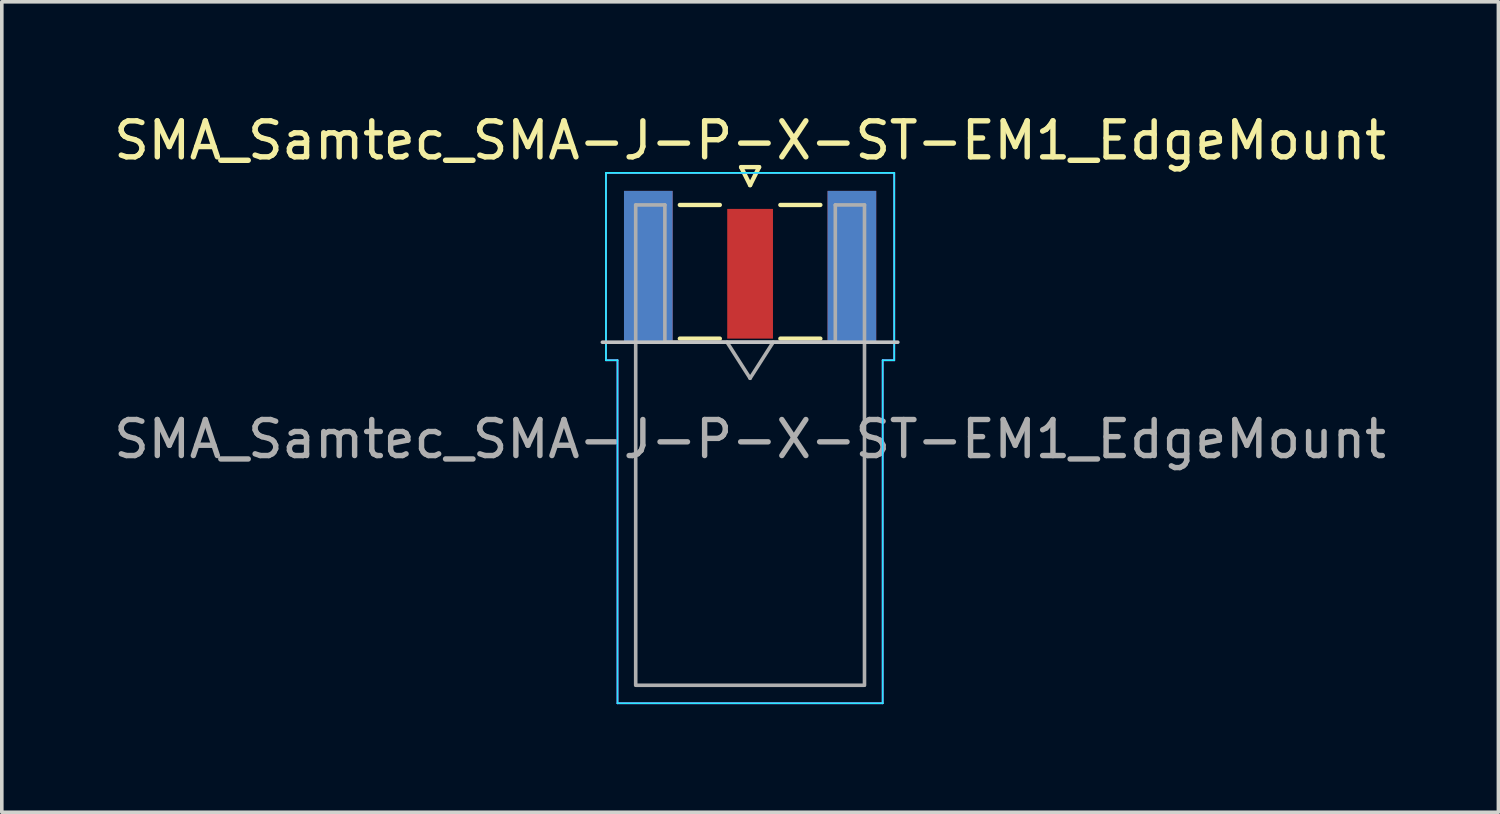
<source format=kicad_pcb>
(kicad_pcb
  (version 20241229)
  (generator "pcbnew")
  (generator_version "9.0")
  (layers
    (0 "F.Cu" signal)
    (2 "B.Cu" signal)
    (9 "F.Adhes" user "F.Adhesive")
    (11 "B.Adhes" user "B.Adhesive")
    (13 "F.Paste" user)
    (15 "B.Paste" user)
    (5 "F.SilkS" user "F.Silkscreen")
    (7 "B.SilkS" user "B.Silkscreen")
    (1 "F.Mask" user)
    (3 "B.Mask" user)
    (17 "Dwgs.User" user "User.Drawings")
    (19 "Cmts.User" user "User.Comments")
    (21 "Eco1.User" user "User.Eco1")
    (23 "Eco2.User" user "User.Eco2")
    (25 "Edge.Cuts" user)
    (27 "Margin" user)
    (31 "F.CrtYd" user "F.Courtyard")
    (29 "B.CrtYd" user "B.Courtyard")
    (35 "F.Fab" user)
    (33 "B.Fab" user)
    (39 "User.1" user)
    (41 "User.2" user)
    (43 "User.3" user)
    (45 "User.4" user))
  (footprint "SMA_Samtec_SMA-J-P-X-ST-EM1_EdgeMount"
    (layer "F.Cu")
    (at 17.768 4.348)
    (property "Reference" "SMA_Samtec_SMA-J-P-X-ST-EM1_EdgeMount" (at 0 -3.5 0) (layer "F.SilkS") (effects (font (size 1 1) (thickness 0.15))))
    (attr smd)
    (fp_line (start -1.95 -1.71) (end -0.84 -1.71) (stroke (width 0.12) (type solid)) (layer "F.SilkS"))
    (fp_line (start -1.95 2) (end -0.84 2) (stroke (width 0.12) (type solid)) (layer "F.SilkS"))
    (fp_line (start -0.25 -2.76) (end 0 -2.26) (stroke (width 0.12) (type solid)) (layer "F.SilkS"))
    (fp_line (start 0 -2.26) (end 0.25 -2.76) (stroke (width 0.12) (type solid)) (layer "F.SilkS"))
    (fp_line (start 0.25 -2.76) (end -0.25 -2.76) (stroke (width 0.12) (type solid)) (layer "F.SilkS"))
    (fp_line (start 0.84 -1.71) (end 1.95 -1.71) (stroke (width 0.12) (type solid)) (layer "F.SilkS"))
    (fp_line (start 0.84 2) (end 1.95 2) (stroke (width 0.12) (type solid)) (layer "F.SilkS"))
    (fp_line (start 4.1 2.1) (end -4.1 2.1) (stroke (width 0.1) (type solid)) (layer "Dwgs.User"))
    (fp_line (start -4 -2.6) (end 4 -2.6) (stroke (width 0.05) (type solid)) (layer "B.CrtYd"))
    (fp_line (start -4 2.6) (end -4 -2.6) (stroke (width 0.05) (type solid)) (layer "B.CrtYd"))
    (fp_line (start -3.68 2.6) (end -4 2.6) (stroke (width 0.05) (type solid)) (layer "B.CrtYd"))
    (fp_line (start -3.68 12.12) (end -3.68 2.6) (stroke (width 0.05) (type solid)) (layer "B.CrtYd"))
    (fp_line (start 3.68 2.6) (end 3.68 12.12) (stroke (width 0.05) (type solid)) (layer "B.CrtYd"))
    (fp_line (start 3.68 12.12) (end -3.68 12.12) (stroke (width 0.05) (type solid)) (layer "B.CrtYd"))
    (fp_line (start 4 2.6) (end 3.68 2.6) (stroke (width 0.05) (type solid)) (layer "B.CrtYd"))
    (fp_line (start 4 2.6) (end 4 -2.6) (stroke (width 0.05) (type solid)) (layer "B.CrtYd"))
    (fp_line (start -4 -2.6) (end 4 -2.6) (stroke (width 0.05) (type solid)) (layer "F.CrtYd"))
    (fp_line (start -4 2.6) (end -4 -2.6) (stroke (width 0.05) (type solid)) (layer "F.CrtYd"))
    (fp_line (start -3.68 2.6) (end -4 2.6) (stroke (width 0.05) (type solid)) (layer "F.CrtYd"))
    (fp_line (start -3.68 12.12) (end -3.68 2.6) (stroke (width 0.05) (type solid)) (layer "F.CrtYd"))
    (fp_line (start 3.68 2.6) (end 3.68 12.12) (stroke (width 0.05) (type solid)) (layer "F.CrtYd"))
    (fp_line (start 3.68 2.6) (end 4 2.6) (stroke (width 0.05) (type solid)) (layer "F.CrtYd"))
    (fp_line (start 3.68 12.12) (end -3.68 12.12) (stroke (width 0.05) (type solid)) (layer "F.CrtYd"))
    (fp_line (start 4 2.6) (end 4 -2.6) (stroke (width 0.05) (type solid)) (layer "F.CrtYd"))
    (fp_line (start -3.175 -1.71) (end -3.175 11.62) (stroke (width 0.1) (type solid)) (layer "F.Fab"))
    (fp_line (start -2.365 -1.71) (end -3.175 -1.71) (stroke (width 0.1) (type solid)) (layer "F.Fab"))
    (fp_line (start -2.365 2.1) (end -2.365 -1.71) (stroke (width 0.1) (type solid)) (layer "F.Fab"))
    (fp_line (start 0 3.1) (end -0.64 2.1) (stroke (width 0.1) (type solid)) (layer "F.Fab"))
    (fp_line (start 0.64 2.1) (end 0 3.1) (stroke (width 0.1) (type solid)) (layer "F.Fab"))
    (fp_line (start 2.365 -1.71) (end 2.365 2.1) (stroke (width 0.1) (type solid)) (layer "F.Fab"))
    (fp_line (start 2.365 2.1) (end -2.365 2.1) (stroke (width 0.1) (type solid)) (layer "F.Fab"))
    (fp_line (start 3.165 11.62) (end -3.165 11.62) (stroke (width 0.1) (type solid)) (layer "F.Fab"))
    (fp_line (start 3.175 -1.71) (end 2.365 -1.71) (stroke (width 0.1) (type solid)) (layer "F.Fab"))
    (fp_line (start 3.175 -1.71) (end 3.175 11.62) (stroke (width 0.1) (type solid)) (layer "F.Fab"))
    (fp_text user "${REFERENCE}" (at 0 4.79 180) (layer "F.Fab") (effects (font (size 1 1) (thickness 0.15))))
    (pad "1" smd rect (at 0 0.2) (size 1.27 3.6) (layers "F.Cu" "F.Mask" "F.Paste"))
    (pad "2" smd rect (at -2.825 0) (size 1.35 4.2) (layers "F.Cu" "F.Mask" "F.Paste"))
    (pad "2" smd rect (at -2.825 0) (size 1.35 4.2) (layers "B.Cu" "B.Mask" "B.Paste"))
    (pad "2" smd rect (at 2.825 0) (size 1.35 4.2) (layers "F.Cu" "F.Mask" "F.Paste"))
    (pad "2" smd rect (at 2.825 0) (size 1.35 4.2) (layers "B.Cu" "B.Mask" "B.Paste")))
  (gr_rect
    (start -3 -3)
    (end 38.536 19.493)
    (stroke (width 0.1) (type default))
    (fill no)
    (layer "Edge.Cuts")))
</source>
